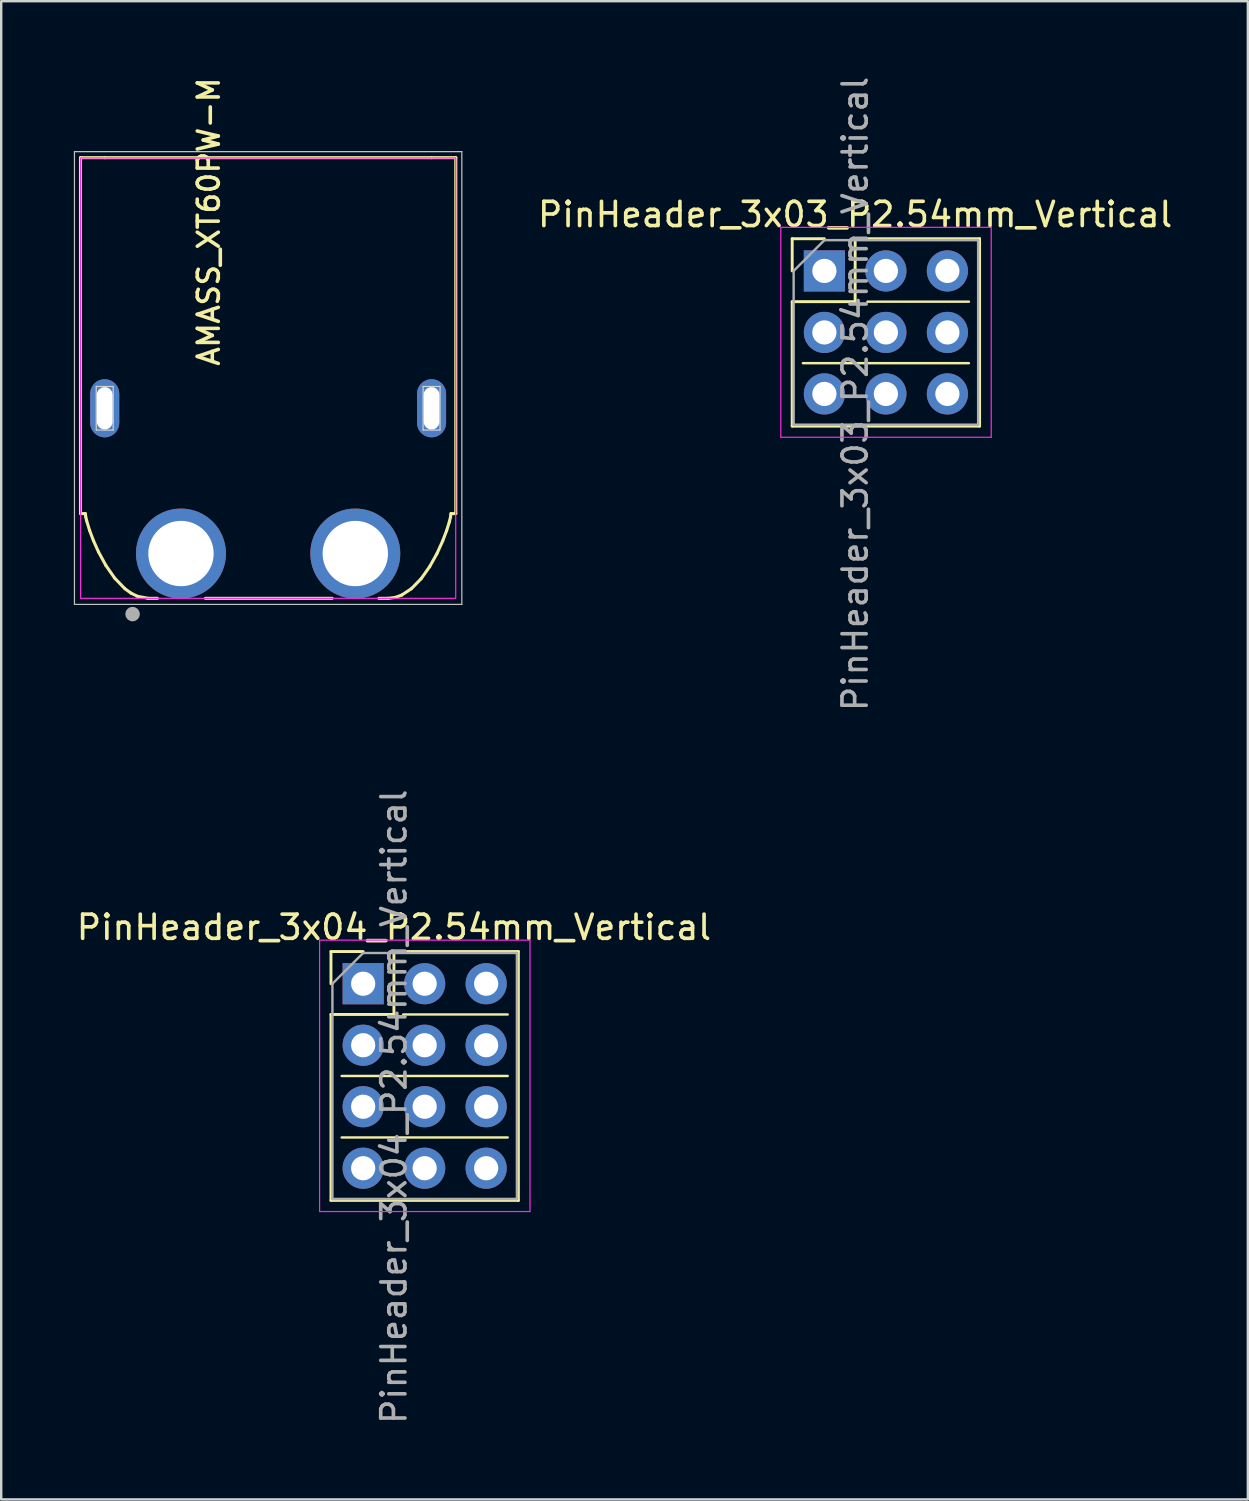
<source format=kicad_pcb>
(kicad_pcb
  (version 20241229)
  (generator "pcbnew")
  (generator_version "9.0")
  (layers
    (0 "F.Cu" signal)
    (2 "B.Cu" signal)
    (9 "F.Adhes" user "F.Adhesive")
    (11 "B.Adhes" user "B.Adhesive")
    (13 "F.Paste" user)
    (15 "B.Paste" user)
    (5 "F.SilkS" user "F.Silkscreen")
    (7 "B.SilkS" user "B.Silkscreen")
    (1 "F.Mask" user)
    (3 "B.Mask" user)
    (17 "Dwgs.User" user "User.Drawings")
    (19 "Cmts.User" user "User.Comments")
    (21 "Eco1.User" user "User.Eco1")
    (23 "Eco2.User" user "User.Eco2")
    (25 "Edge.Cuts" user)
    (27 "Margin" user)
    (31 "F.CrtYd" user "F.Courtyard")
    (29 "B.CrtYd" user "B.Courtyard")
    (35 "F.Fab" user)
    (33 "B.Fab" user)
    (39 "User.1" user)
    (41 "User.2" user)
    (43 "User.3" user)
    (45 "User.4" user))
  (footprint "PinHeader_3x04_P2.54mm_Vertical"
    (layer "F.Cu")
    (at 11.95 37.581)
    (property "Reference" "PinHeader_3x04_P2.54mm_Vertical" (at 1.27 -2.33 0) (layer "F.SilkS") (effects (font (size 1 1) (thickness 0.15))))
    (attr through_hole)
    (fp_line (start -1.33 -1.33) (end 0 -1.33) (stroke (width 0.12) (type solid)) (layer "F.SilkS"))
    (fp_line (start -1.33 0) (end -1.33 -1.33) (stroke (width 0.12) (type solid)) (layer "F.SilkS"))
    (fp_line (start -1.33 1.27) (end -1.33 8.95) (stroke (width 0.12) (type solid)) (layer "F.SilkS"))
    (fp_line (start -1.33 1.27) (end 1.27 1.27) (stroke (width 0.12) (type solid)) (layer "F.SilkS"))
    (fp_line (start -1.33 8.95) (end 6.41 8.95) (stroke (width 0.12) (type solid)) (layer "F.SilkS"))
    (fp_line (start 1.27 -1.33) (end 6.41 -1.33) (stroke (width 0.12) (type solid)) (layer "F.SilkS"))
    (fp_line (start 1.27 1.27) (end 1.27 -1.33) (stroke (width 0.12) (type solid)) (layer "F.SilkS"))
    (fp_line (start 5.969 1.27) (end 1.651 1.27) (stroke (width 0.1) (type default)) (layer "F.SilkS"))
    (fp_line (start 5.969 3.81) (end -0.889 3.81) (stroke (width 0.1) (type default)) (layer "F.SilkS"))
    (fp_line (start 5.969 6.35) (end -0.889 6.35) (stroke (width 0.1) (type default)) (layer "F.SilkS"))
    (fp_line (start 6.41 -1.33) (end 6.41 8.95) (stroke (width 0.12) (type solid)) (layer "F.SilkS"))
    (fp_line (start -1.8 -1.8) (end -1.8 9.41) (stroke (width 0.05) (type solid)) (layer "F.CrtYd"))
    (fp_line (start -1.8 9.41) (end 6.89 9.41) (stroke (width 0.05) (type solid)) (layer "F.CrtYd"))
    (fp_line (start 6.89 -1.8) (end -1.8 -1.8) (stroke (width 0.05) (type solid)) (layer "F.CrtYd"))
    (fp_line (start 6.89 9.41) (end 6.89 -1.8) (stroke (width 0.05) (type solid)) (layer "F.CrtYd"))
    (fp_line (start -1.27 0) (end 0 -1.27) (stroke (width 0.1) (type solid)) (layer "F.Fab"))
    (fp_line (start -1.27 8.89) (end -1.27 0) (stroke (width 0.1) (type solid)) (layer "F.Fab"))
    (fp_line (start 0 -1.27) (end 6.35 -1.27) (stroke (width 0.1) (type solid)) (layer "F.Fab"))
    (fp_line (start 6.35 -1.27) (end 6.35 8.89) (stroke (width 0.1) (type solid)) (layer "F.Fab"))
    (fp_line (start 6.35 8.89) (end -1.27 8.89) (stroke (width 0.1) (type solid)) (layer "F.Fab"))
    (fp_text user "${REFERENCE}" (at 1.27 5.08 90) (layer "F.Fab") (effects (font (size 1 1) (thickness 0.15))))
    (pad "1" thru_hole rect (at 0 0) (size 1.7 1.7) (drill 1) (layers "*.Cu" "*.Mask"))
    (pad "2" thru_hole oval (at 0 2.54) (size 1.7 1.7) (drill 1) (layers "*.Cu" "*.Mask"))
    (pad "3" thru_hole oval (at 0 5.08) (size 1.7 1.7) (drill 1) (layers "*.Cu" "*.Mask"))
    (pad "4" thru_hole oval (at 0 7.62) (size 1.7 1.7) (drill 1) (layers "*.Cu" "*.Mask"))
    (pad "5" thru_hole oval (at 2.54 0) (size 1.7 1.7) (drill 1) (layers "*.Cu" "*.Mask"))
    (pad "6" thru_hole oval (at 2.54 2.54) (size 1.7 1.7) (drill 1) (layers "*.Cu" "*.Mask"))
    (pad "7" thru_hole oval (at 2.54 5.08) (size 1.7 1.7) (drill 1) (layers "*.Cu" "*.Mask"))
    (pad "8" thru_hole oval (at 2.54 7.62) (size 1.7 1.7) (drill 1) (layers "*.Cu" "*.Mask"))
    (pad "9" thru_hole oval (at 5.08 0) (size 1.7 1.7) (drill 1) (layers "*.Cu" "*.Mask"))
    (pad "10" thru_hole oval (at 5.08 2.54) (size 1.7 1.7) (drill 1) (layers "*.Cu" "*.Mask"))
    (pad "11" thru_hole oval (at 5.08 5.08) (size 1.7 1.7) (drill 1) (layers "*.Cu" "*.Mask"))
    (pad "12" thru_hole oval (at 5.08 7.62) (size 1.7 1.7) (drill 1) (layers "*.Cu" "*.Mask")))
  (footprint "AMASS_XT60PW-M"
    (layer "F.Cu")
    (at 8.025 13.813)
    (property "Reference" "AMASS_XT60PW-M" (at -1.945 -1.672 270) (layer "F.SilkS") (effects (font (size 0.869 0.869) (thickness 0.148)) (justify left bottom)))
    (attr through_hole)
    (fp_line (start -7.75 -10.35) (end -7.75 4.35) (stroke (width 0.127) (type solid)) (layer "F.SilkS"))
    (fp_line (start -7.75 -10.35) (end -6.75 -10.35) (stroke (width 0.127) (type solid)) (layer "F.SilkS"))
    (fp_line (start -7.75 4.35) (end -7.55 4.35) (stroke (width 0.127) (type solid)) (layer "F.SilkS"))
    (fp_line (start -7.55 4.35) (end -7.536 4.47) (stroke (width 0.127) (type solid)) (layer "F.SilkS"))
    (fp_line (start -7.536 4.47) (end -7.494 4.654) (stroke (width 0.127) (type solid)) (layer "F.SilkS"))
    (fp_line (start -7.494 4.654) (end -7.374 5.045) (stroke (width 0.127) (type solid)) (layer "F.SilkS"))
    (fp_line (start -7.374 5.045) (end -7.214 5.469) (stroke (width 0.127) (type solid)) (layer "F.SilkS"))
    (fp_line (start -7.214 5.469) (end -7.007 5.932) (stroke (width 0.127) (type solid)) (layer "F.SilkS"))
    (fp_line (start -7.007 5.932) (end -6.702 6.492) (stroke (width 0.127) (type solid)) (layer "F.SilkS"))
    (fp_line (start -6.75 -10.35) (end 6.75 -10.35) (stroke (width 0.127) (type solid)) (layer "F.SilkS"))
    (fp_line (start -6.702 6.492) (end -6.338 7.016) (stroke (width 0.127) (type solid)) (layer "F.SilkS"))
    (fp_line (start -6.338 7.016) (end -5.919 7.45) (stroke (width 0.127) (type solid)) (layer "F.SilkS"))
    (fp_line (start -5.919 7.45) (end -5.666 7.633) (stroke (width 0.127) (type solid)) (layer "F.SilkS"))
    (fp_line (start -5.666 7.633) (end -5.399 7.766) (stroke (width 0.127) (type solid)) (layer "F.SilkS"))
    (fp_line (start -5.399 7.766) (end -4.95 7.85) (stroke (width 0.127) (type solid)) (layer "F.SilkS"))
    (fp_line (start -4.95 7.85) (end -4.572 7.85) (stroke (width 0.127) (type default)) (layer "F.SilkS"))
    (fp_line (start -2.591 7.85) (end 2.642 7.85) (stroke (width 0.127) (type solid)) (layer "F.SilkS"))
    (fp_line (start 4.95 7.85) (end 4.572 7.85) (stroke (width 0.127) (type default)) (layer "F.SilkS"))
    (fp_line (start 4.95 7.85) (end 5.24 7.815) (stroke (width 0.127) (type solid)) (layer "F.SilkS"))
    (fp_line (start 5.24 7.815) (end 5.515 7.716) (stroke (width 0.127) (type solid)) (layer "F.SilkS"))
    (fp_line (start 5.515 7.716) (end 5.919 7.45) (stroke (width 0.127) (type solid)) (layer "F.SilkS"))
    (fp_line (start 5.919 7.45) (end 6.32 7.038) (stroke (width 0.127) (type solid)) (layer "F.SilkS"))
    (fp_line (start 6.32 7.038) (end 6.671 6.542) (stroke (width 0.127) (type solid)) (layer "F.SilkS"))
    (fp_line (start 6.671 6.542) (end 6.969 6.008) (stroke (width 0.127) (type solid)) (layer "F.SilkS"))
    (fp_line (start 6.969 6.008) (end 7.209 5.48) (stroke (width 0.127) (type solid)) (layer "F.SilkS"))
    (fp_line (start 7.209 5.48) (end 7.371 5.055) (stroke (width 0.127) (type solid)) (layer "F.SilkS"))
    (fp_line (start 7.371 5.055) (end 7.482 4.699) (stroke (width 0.127) (type solid)) (layer "F.SilkS"))
    (fp_line (start 7.482 4.699) (end 7.533 4.487) (stroke (width 0.127) (type solid)) (layer "F.SilkS"))
    (fp_line (start 7.533 4.487) (end 7.55 4.35) (stroke (width 0.127) (type solid)) (layer "F.SilkS"))
    (fp_line (start 7.75 -10.35) (end 6.75 -10.35) (stroke (width 0.127) (type solid)) (layer "F.SilkS"))
    (fp_line (start 7.75 4.35) (end 7.55 4.35) (stroke (width 0.127) (type solid)) (layer "F.SilkS"))
    (fp_line (start 7.75 4.35) (end 7.75 -10.35) (stroke (width 0.127) (type solid)) (layer "F.SilkS"))
    (fp_line (start -8 -10.6) (end 8 -10.6) (stroke (width 0.05) (type solid)) (layer "Dwgs.User"))
    (fp_line (start -8 8.1) (end -8 -10.6) (stroke (width 0.05) (type solid)) (layer "Dwgs.User"))
    (fp_line (start 8 -10.6) (end 8 8.1) (stroke (width 0.05) (type solid)) (layer "Dwgs.User"))
    (fp_line (start 8 8.1) (end -8 8.1) (stroke (width 0.05) (type solid)) (layer "Dwgs.User"))
    (fp_line (start -7.1 -0.9) (end -6.4 -0.9) (stroke (width 0.05) (type solid)) (layer "Edge.Cuts"))
    (fp_line (start -7.1 0.9) (end -7.1 -0.9) (stroke (width 0.05) (type solid)) (layer "Edge.Cuts"))
    (fp_line (start -6.4 -0.9) (end -6.4 0.9) (stroke (width 0.05) (type solid)) (layer "Edge.Cuts"))
    (fp_line (start -6.4 0.9) (end -7.1 0.9) (stroke (width 0.05) (type solid)) (layer "Edge.Cuts"))
    (fp_line (start 6.4 -0.9) (end 7.1 -0.9) (stroke (width 0.05) (type solid)) (layer "Edge.Cuts"))
    (fp_line (start 6.4 0.9) (end 6.4 -0.9) (stroke (width 0.05) (type solid)) (layer "Edge.Cuts"))
    (fp_line (start 7.1 -0.9) (end 7.1 0.9) (stroke (width 0.05) (type solid)) (layer "Edge.Cuts"))
    (fp_line (start 7.1 0.9) (end 6.4 0.9) (stroke (width 0.05) (type solid)) (layer "Edge.Cuts"))
    (fp_rect (start -7.747 -10.338) (end 7.747 7.849) (stroke (width 0.05) (type default)) (fill no) (layer "F.CrtYd"))
    (fp_circle (center -5.6 8.5) (end -5.45 8.5) (stroke (width 0.3) (type solid)) (fill no) (layer "F.Fab"))
    (pad "" thru_hole oval (at -6.75 0 90) (size 2.4 1.2) (drill oval 1.75 0.65) (layers "*.Cu" "*.Mask"))
    (pad "" thru_hole oval (at 6.75 0 90) (size 2.4 1.2) (drill oval 1.75 0.65) (layers "*.Cu" "*.Mask"))
    (pad "1" thru_hole circle (at -3.6 6) (size 3.716 3.716) (drill 2.7) (layers "*.Cu" "*.Mask"))
    (pad "2" thru_hole circle (at 3.6 6) (size 3.716 3.716) (drill 2.7) (layers "*.Cu" "*.Mask")))
  (footprint "PinHeader_3x03_P2.54mm_Vertical"
    (layer "F.Cu")
    (at 31 8.14)
    (property "Reference" "PinHeader_3x03_P2.54mm_Vertical" (at 1.27 -2.33 0) (layer "F.SilkS") (effects (font (size 1 1) (thickness 0.15))))
    (attr through_hole)
    (fp_line (start -1.33 -1.33) (end 0 -1.33) (stroke (width 0.12) (type solid)) (layer "F.SilkS"))
    (fp_line (start -1.33 0) (end -1.33 -1.33) (stroke (width 0.12) (type solid)) (layer "F.SilkS"))
    (fp_line (start -1.33 1.27) (end -1.33 6.41) (stroke (width 0.12) (type solid)) (layer "F.SilkS"))
    (fp_line (start -1.33 1.27) (end 1.27 1.27) (stroke (width 0.12) (type solid)) (layer "F.SilkS"))
    (fp_line (start -1.33 6.41) (end 6.41 6.41) (stroke (width 0.12) (type solid)) (layer "F.SilkS"))
    (fp_line (start -0.889 3.81) (end 5.969 3.81) (stroke (width 0.1) (type default)) (layer "F.SilkS"))
    (fp_line (start 1.27 -1.33) (end 6.41 -1.33) (stroke (width 0.12) (type solid)) (layer "F.SilkS"))
    (fp_line (start 1.27 1.27) (end 1.27 -1.33) (stroke (width 0.12) (type solid)) (layer "F.SilkS"))
    (fp_line (start 1.778 1.27) (end 5.969 1.27) (stroke (width 0.1) (type default)) (layer "F.SilkS"))
    (fp_line (start 6.41 -1.33) (end 6.41 6.41) (stroke (width 0.12) (type solid)) (layer "F.SilkS"))
    (fp_line (start -1.8 -1.8) (end -1.8 6.87) (stroke (width 0.05) (type solid)) (layer "F.CrtYd"))
    (fp_line (start -1.8 6.87) (end 6.89 6.87) (stroke (width 0.05) (type solid)) (layer "F.CrtYd"))
    (fp_line (start 6.89 -1.8) (end -1.8 -1.8) (stroke (width 0.05) (type solid)) (layer "F.CrtYd"))
    (fp_line (start 6.89 6.87) (end 6.89 -1.8) (stroke (width 0.05) (type solid)) (layer "F.CrtYd"))
    (fp_line (start -1.27 0) (end 0 -1.27) (stroke (width 0.1) (type solid)) (layer "F.Fab"))
    (fp_line (start -1.27 6.35) (end -1.27 0) (stroke (width 0.1) (type solid)) (layer "F.Fab"))
    (fp_line (start 0 -1.27) (end 6.35 -1.27) (stroke (width 0.1) (type solid)) (layer "F.Fab"))
    (fp_line (start 6.35 -1.27) (end 6.35 6.35) (stroke (width 0.1) (type solid)) (layer "F.Fab"))
    (fp_line (start 6.35 6.35) (end -1.27 6.35) (stroke (width 0.1) (type solid)) (layer "F.Fab"))
    (fp_text user "${REFERENCE}" (at 1.27 5.08 90) (layer "F.Fab") (effects (font (size 1 1) (thickness 0.15))))
    (pad "1" thru_hole rect (at 0 0) (size 1.7 1.7) (drill 1) (layers "*.Cu" "*.Mask"))
    (pad "2" thru_hole oval (at 0 2.54) (size 1.7 1.7) (drill 1) (layers "*.Cu" "*.Mask"))
    (pad "3" thru_hole oval (at 0 5.08) (size 1.7 1.7) (drill 1) (layers "*.Cu" "*.Mask"))
    (pad "4" thru_hole oval (at 2.54 0) (size 1.7 1.7) (drill 1) (layers "*.Cu" "*.Mask"))
    (pad "5" thru_hole oval (at 2.54 2.54) (size 1.7 1.7) (drill 1) (layers "*.Cu" "*.Mask"))
    (pad "6" thru_hole oval (at 2.54 5.08) (size 1.7 1.7) (drill 1) (layers "*.Cu" "*.Mask"))
    (pad "7" thru_hole oval (at 5.08 0) (size 1.7 1.7) (drill 1) (layers "*.Cu" "*.Mask"))
    (pad "8" thru_hole oval (at 5.08 2.54) (size 1.7 1.7) (drill 1) (layers "*.Cu" "*.Mask"))
    (pad "9" thru_hole oval (at 5.08 5.08) (size 1.7 1.7) (drill 1) (layers "*.Cu" "*.Mask")))
  (gr_rect
    (start -3 -3)
    (end 48.49 58.881)
    (stroke (width 0.1) (type default))
    (fill no)
    (layer "Edge.Cuts")))
</source>
